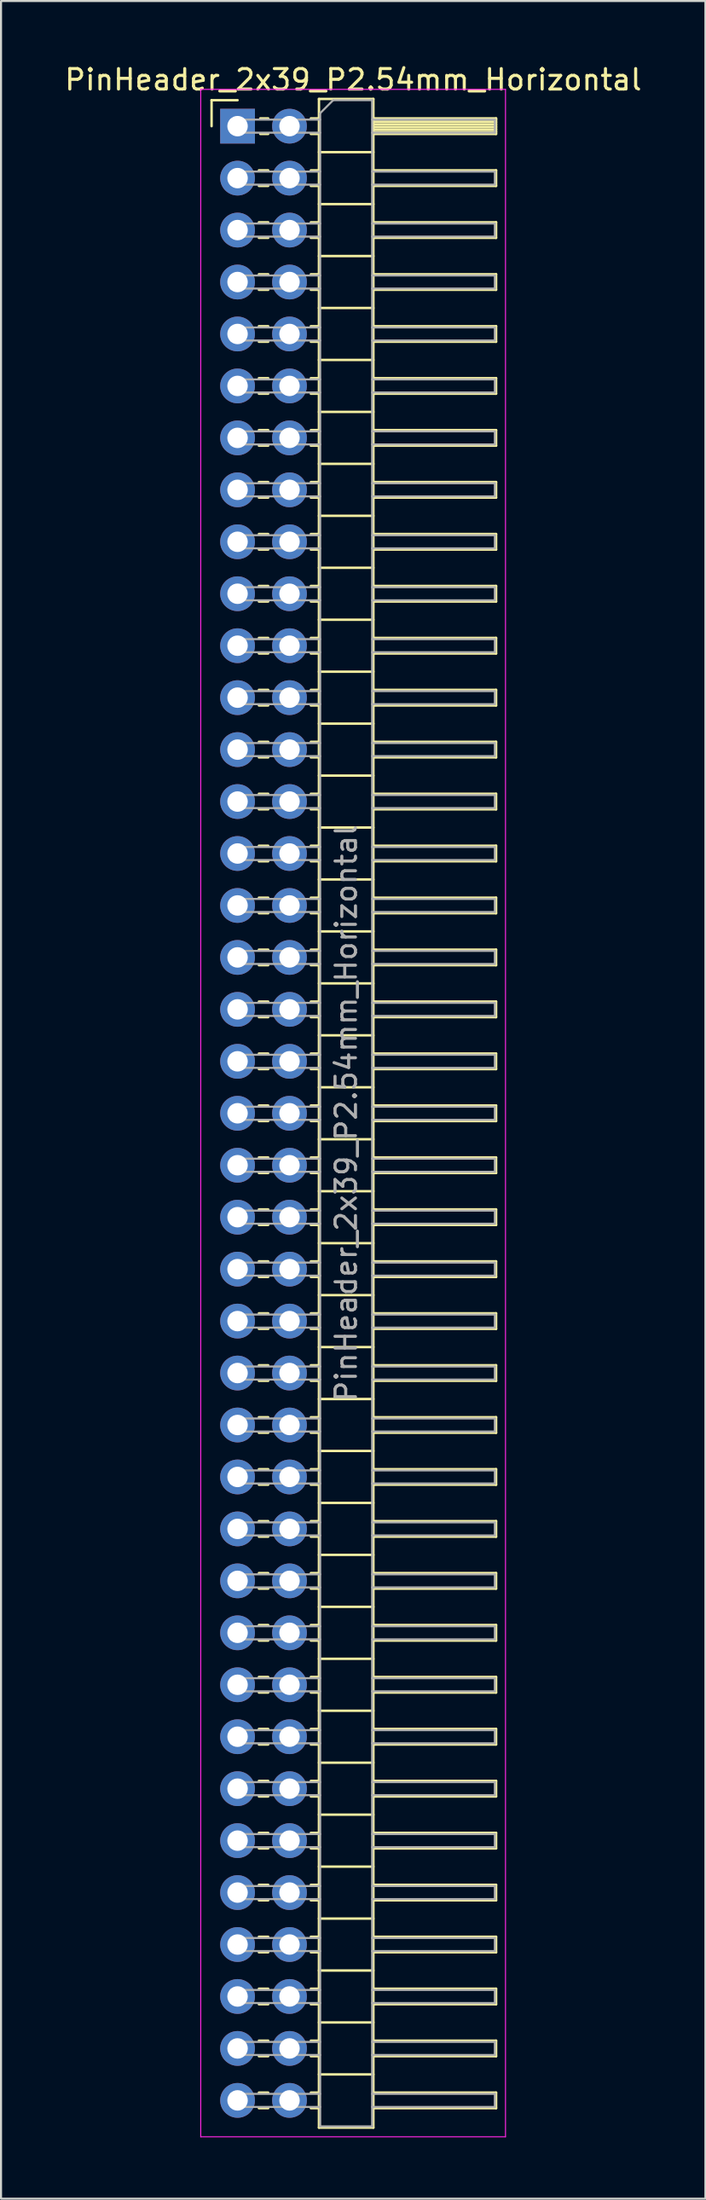
<source format=kicad_pcb>
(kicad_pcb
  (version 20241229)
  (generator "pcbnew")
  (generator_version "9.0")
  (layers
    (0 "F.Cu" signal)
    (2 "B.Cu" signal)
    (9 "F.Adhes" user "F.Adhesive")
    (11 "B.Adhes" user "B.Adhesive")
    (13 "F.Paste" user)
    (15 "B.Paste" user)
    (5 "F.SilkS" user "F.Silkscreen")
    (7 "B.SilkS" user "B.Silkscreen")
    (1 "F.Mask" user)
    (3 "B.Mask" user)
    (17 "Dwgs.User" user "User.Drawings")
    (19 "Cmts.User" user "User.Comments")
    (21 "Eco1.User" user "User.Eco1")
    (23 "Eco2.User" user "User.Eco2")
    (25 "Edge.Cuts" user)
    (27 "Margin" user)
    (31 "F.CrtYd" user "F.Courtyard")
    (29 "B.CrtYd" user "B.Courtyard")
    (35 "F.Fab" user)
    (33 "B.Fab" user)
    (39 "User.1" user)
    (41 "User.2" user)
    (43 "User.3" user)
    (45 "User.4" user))
  (footprint "PinHeader_2x39_P2.54mm_Horizontal"
    (layer "F.Cu")
    (at 8.565 3.118)
    (property "Reference" "PinHeader_2x39_P2.54mm_Horizontal" (at 5.655 -2.27 0) (layer "F.SilkS") (effects (font (size 1 1) (thickness 0.15))))
    (attr through_hole)
    (fp_line (start -1.27 -1.27) (end 0 -1.27) (stroke (width 0.12) (type solid)) (layer "F.SilkS"))
    (fp_line (start -1.27 0) (end -1.27 -1.27) (stroke (width 0.12) (type solid)) (layer "F.SilkS"))
    (fp_line (start 1.043 2.16) (end 1.497 2.16) (stroke (width 0.12) (type solid)) (layer "F.SilkS"))
    (fp_line (start 1.043 2.92) (end 1.497 2.92) (stroke (width 0.12) (type solid)) (layer "F.SilkS"))
    (fp_line (start 1.043 4.7) (end 1.497 4.7) (stroke (width 0.12) (type solid)) (layer "F.SilkS"))
    (fp_line (start 1.043 5.46) (end 1.497 5.46) (stroke (width 0.12) (type solid)) (layer "F.SilkS"))
    (fp_line (start 1.043 7.24) (end 1.497 7.24) (stroke (width 0.12) (type solid)) (layer "F.SilkS"))
    (fp_line (start 1.043 8) (end 1.497 8) (stroke (width 0.12) (type solid)) (layer "F.SilkS"))
    (fp_line (start 1.043 9.78) (end 1.497 9.78) (stroke (width 0.12) (type solid)) (layer "F.SilkS"))
    (fp_line (start 1.043 10.54) (end 1.497 10.54) (stroke (width 0.12) (type solid)) (layer "F.SilkS"))
    (fp_line (start 1.043 12.32) (end 1.497 12.32) (stroke (width 0.12) (type solid)) (layer "F.SilkS"))
    (fp_line (start 1.043 13.08) (end 1.497 13.08) (stroke (width 0.12) (type solid)) (layer "F.SilkS"))
    (fp_line (start 1.043 14.86) (end 1.497 14.86) (stroke (width 0.12) (type solid)) (layer "F.SilkS"))
    (fp_line (start 1.043 15.62) (end 1.497 15.62) (stroke (width 0.12) (type solid)) (layer "F.SilkS"))
    (fp_line (start 1.043 17.4) (end 1.497 17.4) (stroke (width 0.12) (type solid)) (layer "F.SilkS"))
    (fp_line (start 1.043 18.16) (end 1.497 18.16) (stroke (width 0.12) (type solid)) (layer "F.SilkS"))
    (fp_line (start 1.043 19.94) (end 1.497 19.94) (stroke (width 0.12) (type solid)) (layer "F.SilkS"))
    (fp_line (start 1.043 20.7) (end 1.497 20.7) (stroke (width 0.12) (type solid)) (layer "F.SilkS"))
    (fp_line (start 1.043 22.48) (end 1.497 22.48) (stroke (width 0.12) (type solid)) (layer "F.SilkS"))
    (fp_line (start 1.043 23.24) (end 1.497 23.24) (stroke (width 0.12) (type solid)) (layer "F.SilkS"))
    (fp_line (start 1.043 25.02) (end 1.497 25.02) (stroke (width 0.12) (type solid)) (layer "F.SilkS"))
    (fp_line (start 1.043 25.78) (end 1.497 25.78) (stroke (width 0.12) (type solid)) (layer "F.SilkS"))
    (fp_line (start 1.043 27.56) (end 1.497 27.56) (stroke (width 0.12) (type solid)) (layer "F.SilkS"))
    (fp_line (start 1.043 28.32) (end 1.497 28.32) (stroke (width 0.12) (type solid)) (layer "F.SilkS"))
    (fp_line (start 1.043 30.1) (end 1.497 30.1) (stroke (width 0.12) (type solid)) (layer "F.SilkS"))
    (fp_line (start 1.043 30.86) (end 1.497 30.86) (stroke (width 0.12) (type solid)) (layer "F.SilkS"))
    (fp_line (start 1.043 32.64) (end 1.497 32.64) (stroke (width 0.12) (type solid)) (layer "F.SilkS"))
    (fp_line (start 1.043 33.4) (end 1.497 33.4) (stroke (width 0.12) (type solid)) (layer "F.SilkS"))
    (fp_line (start 1.043 35.18) (end 1.497 35.18) (stroke (width 0.12) (type solid)) (layer "F.SilkS"))
    (fp_line (start 1.043 35.94) (end 1.497 35.94) (stroke (width 0.12) (type solid)) (layer "F.SilkS"))
    (fp_line (start 1.043 37.72) (end 1.497 37.72) (stroke (width 0.12) (type solid)) (layer "F.SilkS"))
    (fp_line (start 1.043 38.48) (end 1.497 38.48) (stroke (width 0.12) (type solid)) (layer "F.SilkS"))
    (fp_line (start 1.043 40.26) (end 1.497 40.26) (stroke (width 0.12) (type solid)) (layer "F.SilkS"))
    (fp_line (start 1.043 41.02) (end 1.497 41.02) (stroke (width 0.12) (type solid)) (layer "F.SilkS"))
    (fp_line (start 1.043 42.8) (end 1.497 42.8) (stroke (width 0.12) (type solid)) (layer "F.SilkS"))
    (fp_line (start 1.043 43.56) (end 1.497 43.56) (stroke (width 0.12) (type solid)) (layer "F.SilkS"))
    (fp_line (start 1.043 45.34) (end 1.497 45.34) (stroke (width 0.12) (type solid)) (layer "F.SilkS"))
    (fp_line (start 1.043 46.1) (end 1.497 46.1) (stroke (width 0.12) (type solid)) (layer "F.SilkS"))
    (fp_line (start 1.043 47.88) (end 1.497 47.88) (stroke (width 0.12) (type solid)) (layer "F.SilkS"))
    (fp_line (start 1.043 48.64) (end 1.497 48.64) (stroke (width 0.12) (type solid)) (layer "F.SilkS"))
    (fp_line (start 1.043 50.42) (end 1.497 50.42) (stroke (width 0.12) (type solid)) (layer "F.SilkS"))
    (fp_line (start 1.043 51.18) (end 1.497 51.18) (stroke (width 0.12) (type solid)) (layer "F.SilkS"))
    (fp_line (start 1.043 52.96) (end 1.497 52.96) (stroke (width 0.12) (type solid)) (layer "F.SilkS"))
    (fp_line (start 1.043 53.72) (end 1.497 53.72) (stroke (width 0.12) (type solid)) (layer "F.SilkS"))
    (fp_line (start 1.043 55.5) (end 1.497 55.5) (stroke (width 0.12) (type solid)) (layer "F.SilkS"))
    (fp_line (start 1.043 56.26) (end 1.497 56.26) (stroke (width 0.12) (type solid)) (layer "F.SilkS"))
    (fp_line (start 1.043 58.04) (end 1.497 58.04) (stroke (width 0.12) (type solid)) (layer "F.SilkS"))
    (fp_line (start 1.043 58.8) (end 1.497 58.8) (stroke (width 0.12) (type solid)) (layer "F.SilkS"))
    (fp_line (start 1.043 60.58) (end 1.497 60.58) (stroke (width 0.12) (type solid)) (layer "F.SilkS"))
    (fp_line (start 1.043 61.34) (end 1.497 61.34) (stroke (width 0.12) (type solid)) (layer "F.SilkS"))
    (fp_line (start 1.043 63.12) (end 1.497 63.12) (stroke (width 0.12) (type solid)) (layer "F.SilkS"))
    (fp_line (start 1.043 63.88) (end 1.497 63.88) (stroke (width 0.12) (type solid)) (layer "F.SilkS"))
    (fp_line (start 1.043 65.66) (end 1.497 65.66) (stroke (width 0.12) (type solid)) (layer "F.SilkS"))
    (fp_line (start 1.043 66.42) (end 1.497 66.42) (stroke (width 0.12) (type solid)) (layer "F.SilkS"))
    (fp_line (start 1.043 68.2) (end 1.497 68.2) (stroke (width 0.12) (type solid)) (layer "F.SilkS"))
    (fp_line (start 1.043 68.96) (end 1.497 68.96) (stroke (width 0.12) (type solid)) (layer "F.SilkS"))
    (fp_line (start 1.043 70.74) (end 1.497 70.74) (stroke (width 0.12) (type solid)) (layer "F.SilkS"))
    (fp_line (start 1.043 71.5) (end 1.497 71.5) (stroke (width 0.12) (type solid)) (layer "F.SilkS"))
    (fp_line (start 1.043 73.28) (end 1.497 73.28) (stroke (width 0.12) (type solid)) (layer "F.SilkS"))
    (fp_line (start 1.043 74.04) (end 1.497 74.04) (stroke (width 0.12) (type solid)) (layer "F.SilkS"))
    (fp_line (start 1.043 75.82) (end 1.497 75.82) (stroke (width 0.12) (type solid)) (layer "F.SilkS"))
    (fp_line (start 1.043 76.58) (end 1.497 76.58) (stroke (width 0.12) (type solid)) (layer "F.SilkS"))
    (fp_line (start 1.043 78.36) (end 1.497 78.36) (stroke (width 0.12) (type solid)) (layer "F.SilkS"))
    (fp_line (start 1.043 79.12) (end 1.497 79.12) (stroke (width 0.12) (type solid)) (layer "F.SilkS"))
    (fp_line (start 1.043 80.9) (end 1.497 80.9) (stroke (width 0.12) (type solid)) (layer "F.SilkS"))
    (fp_line (start 1.043 81.66) (end 1.497 81.66) (stroke (width 0.12) (type solid)) (layer "F.SilkS"))
    (fp_line (start 1.043 83.44) (end 1.497 83.44) (stroke (width 0.12) (type solid)) (layer "F.SilkS"))
    (fp_line (start 1.043 84.2) (end 1.497 84.2) (stroke (width 0.12) (type solid)) (layer "F.SilkS"))
    (fp_line (start 1.043 85.98) (end 1.497 85.98) (stroke (width 0.12) (type solid)) (layer "F.SilkS"))
    (fp_line (start 1.043 86.74) (end 1.497 86.74) (stroke (width 0.12) (type solid)) (layer "F.SilkS"))
    (fp_line (start 1.043 88.52) (end 1.497 88.52) (stroke (width 0.12) (type solid)) (layer "F.SilkS"))
    (fp_line (start 1.043 89.28) (end 1.497 89.28) (stroke (width 0.12) (type solid)) (layer "F.SilkS"))
    (fp_line (start 1.043 91.06) (end 1.497 91.06) (stroke (width 0.12) (type solid)) (layer "F.SilkS"))
    (fp_line (start 1.043 91.82) (end 1.497 91.82) (stroke (width 0.12) (type solid)) (layer "F.SilkS"))
    (fp_line (start 1.043 93.6) (end 1.497 93.6) (stroke (width 0.12) (type solid)) (layer "F.SilkS"))
    (fp_line (start 1.043 94.36) (end 1.497 94.36) (stroke (width 0.12) (type solid)) (layer "F.SilkS"))
    (fp_line (start 1.043 96.14) (end 1.497 96.14) (stroke (width 0.12) (type solid)) (layer "F.SilkS"))
    (fp_line (start 1.043 96.9) (end 1.497 96.9) (stroke (width 0.12) (type solid)) (layer "F.SilkS"))
    (fp_line (start 1.11 -0.38) (end 1.497 -0.38) (stroke (width 0.12) (type solid)) (layer "F.SilkS"))
    (fp_line (start 1.11 0.38) (end 1.497 0.38) (stroke (width 0.12) (type solid)) (layer "F.SilkS"))
    (fp_line (start 3.583 -0.38) (end 3.98 -0.38) (stroke (width 0.12) (type solid)) (layer "F.SilkS"))
    (fp_line (start 3.583 0.38) (end 3.98 0.38) (stroke (width 0.12) (type solid)) (layer "F.SilkS"))
    (fp_line (start 3.583 2.16) (end 3.98 2.16) (stroke (width 0.12) (type solid)) (layer "F.SilkS"))
    (fp_line (start 3.583 2.92) (end 3.98 2.92) (stroke (width 0.12) (type solid)) (layer "F.SilkS"))
    (fp_line (start 3.583 4.7) (end 3.98 4.7) (stroke (width 0.12) (type solid)) (layer "F.SilkS"))
    (fp_line (start 3.583 5.46) (end 3.98 5.46) (stroke (width 0.12) (type solid)) (layer "F.SilkS"))
    (fp_line (start 3.583 7.24) (end 3.98 7.24) (stroke (width 0.12) (type solid)) (layer "F.SilkS"))
    (fp_line (start 3.583 8) (end 3.98 8) (stroke (width 0.12) (type solid)) (layer "F.SilkS"))
    (fp_line (start 3.583 9.78) (end 3.98 9.78) (stroke (width 0.12) (type solid)) (layer "F.SilkS"))
    (fp_line (start 3.583 10.54) (end 3.98 10.54) (stroke (width 0.12) (type solid)) (layer "F.SilkS"))
    (fp_line (start 3.583 12.32) (end 3.98 12.32) (stroke (width 0.12) (type solid)) (layer "F.SilkS"))
    (fp_line (start 3.583 13.08) (end 3.98 13.08) (stroke (width 0.12) (type solid)) (layer "F.SilkS"))
    (fp_line (start 3.583 14.86) (end 3.98 14.86) (stroke (width 0.12) (type solid)) (layer "F.SilkS"))
    (fp_line (start 3.583 15.62) (end 3.98 15.62) (stroke (width 0.12) (type solid)) (layer "F.SilkS"))
    (fp_line (start 3.583 17.4) (end 3.98 17.4) (stroke (width 0.12) (type solid)) (layer "F.SilkS"))
    (fp_line (start 3.583 18.16) (end 3.98 18.16) (stroke (width 0.12) (type solid)) (layer "F.SilkS"))
    (fp_line (start 3.583 19.94) (end 3.98 19.94) (stroke (width 0.12) (type solid)) (layer "F.SilkS"))
    (fp_line (start 3.583 20.7) (end 3.98 20.7) (stroke (width 0.12) (type solid)) (layer "F.SilkS"))
    (fp_line (start 3.583 22.48) (end 3.98 22.48) (stroke (width 0.12) (type solid)) (layer "F.SilkS"))
    (fp_line (start 3.583 23.24) (end 3.98 23.24) (stroke (width 0.12) (type solid)) (layer "F.SilkS"))
    (fp_line (start 3.583 25.02) (end 3.98 25.02) (stroke (width 0.12) (type solid)) (layer "F.SilkS"))
    (fp_line (start 3.583 25.78) (end 3.98 25.78) (stroke (width 0.12) (type solid)) (layer "F.SilkS"))
    (fp_line (start 3.583 27.56) (end 3.98 27.56) (stroke (width 0.12) (type solid)) (layer "F.SilkS"))
    (fp_line (start 3.583 28.32) (end 3.98 28.32) (stroke (width 0.12) (type solid)) (layer "F.SilkS"))
    (fp_line (start 3.583 30.1) (end 3.98 30.1) (stroke (width 0.12) (type solid)) (layer "F.SilkS"))
    (fp_line (start 3.583 30.86) (end 3.98 30.86) (stroke (width 0.12) (type solid)) (layer "F.SilkS"))
    (fp_line (start 3.583 32.64) (end 3.98 32.64) (stroke (width 0.12) (type solid)) (layer "F.SilkS"))
    (fp_line (start 3.583 33.4) (end 3.98 33.4) (stroke (width 0.12) (type solid)) (layer "F.SilkS"))
    (fp_line (start 3.583 35.18) (end 3.98 35.18) (stroke (width 0.12) (type solid)) (layer "F.SilkS"))
    (fp_line (start 3.583 35.94) (end 3.98 35.94) (stroke (width 0.12) (type solid)) (layer "F.SilkS"))
    (fp_line (start 3.583 37.72) (end 3.98 37.72) (stroke (width 0.12) (type solid)) (layer "F.SilkS"))
    (fp_line (start 3.583 38.48) (end 3.98 38.48) (stroke (width 0.12) (type solid)) (layer "F.SilkS"))
    (fp_line (start 3.583 40.26) (end 3.98 40.26) (stroke (width 0.12) (type solid)) (layer "F.SilkS"))
    (fp_line (start 3.583 41.02) (end 3.98 41.02) (stroke (width 0.12) (type solid)) (layer "F.SilkS"))
    (fp_line (start 3.583 42.8) (end 3.98 42.8) (stroke (width 0.12) (type solid)) (layer "F.SilkS"))
    (fp_line (start 3.583 43.56) (end 3.98 43.56) (stroke (width 0.12) (type solid)) (layer "F.SilkS"))
    (fp_line (start 3.583 45.34) (end 3.98 45.34) (stroke (width 0.12) (type solid)) (layer "F.SilkS"))
    (fp_line (start 3.583 46.1) (end 3.98 46.1) (stroke (width 0.12) (type solid)) (layer "F.SilkS"))
    (fp_line (start 3.583 47.88) (end 3.98 47.88) (stroke (width 0.12) (type solid)) (layer "F.SilkS"))
    (fp_line (start 3.583 48.64) (end 3.98 48.64) (stroke (width 0.12) (type solid)) (layer "F.SilkS"))
    (fp_line (start 3.583 50.42) (end 3.98 50.42) (stroke (width 0.12) (type solid)) (layer "F.SilkS"))
    (fp_line (start 3.583 51.18) (end 3.98 51.18) (stroke (width 0.12) (type solid)) (layer "F.SilkS"))
    (fp_line (start 3.583 52.96) (end 3.98 52.96) (stroke (width 0.12) (type solid)) (layer "F.SilkS"))
    (fp_line (start 3.583 53.72) (end 3.98 53.72) (stroke (width 0.12) (type solid)) (layer "F.SilkS"))
    (fp_line (start 3.583 55.5) (end 3.98 55.5) (stroke (width 0.12) (type solid)) (layer "F.SilkS"))
    (fp_line (start 3.583 56.26) (end 3.98 56.26) (stroke (width 0.12) (type solid)) (layer "F.SilkS"))
    (fp_line (start 3.583 58.04) (end 3.98 58.04) (stroke (width 0.12) (type solid)) (layer "F.SilkS"))
    (fp_line (start 3.583 58.8) (end 3.98 58.8) (stroke (width 0.12) (type solid)) (layer "F.SilkS"))
    (fp_line (start 3.583 60.58) (end 3.98 60.58) (stroke (width 0.12) (type solid)) (layer "F.SilkS"))
    (fp_line (start 3.583 61.34) (end 3.98 61.34) (stroke (width 0.12) (type solid)) (layer "F.SilkS"))
    (fp_line (start 3.583 63.12) (end 3.98 63.12) (stroke (width 0.12) (type solid)) (layer "F.SilkS"))
    (fp_line (start 3.583 63.88) (end 3.98 63.88) (stroke (width 0.12) (type solid)) (layer "F.SilkS"))
    (fp_line (start 3.583 65.66) (end 3.98 65.66) (stroke (width 0.12) (type solid)) (layer "F.SilkS"))
    (fp_line (start 3.583 66.42) (end 3.98 66.42) (stroke (width 0.12) (type solid)) (layer "F.SilkS"))
    (fp_line (start 3.583 68.2) (end 3.98 68.2) (stroke (width 0.12) (type solid)) (layer "F.SilkS"))
    (fp_line (start 3.583 68.96) (end 3.98 68.96) (stroke (width 0.12) (type solid)) (layer "F.SilkS"))
    (fp_line (start 3.583 70.74) (end 3.98 70.74) (stroke (width 0.12) (type solid)) (layer "F.SilkS"))
    (fp_line (start 3.583 71.5) (end 3.98 71.5) (stroke (width 0.12) (type solid)) (layer "F.SilkS"))
    (fp_line (start 3.583 73.28) (end 3.98 73.28) (stroke (width 0.12) (type solid)) (layer "F.SilkS"))
    (fp_line (start 3.583 74.04) (end 3.98 74.04) (stroke (width 0.12) (type solid)) (layer "F.SilkS"))
    (fp_line (start 3.583 75.82) (end 3.98 75.82) (stroke (width 0.12) (type solid)) (layer "F.SilkS"))
    (fp_line (start 3.583 76.58) (end 3.98 76.58) (stroke (width 0.12) (type solid)) (layer "F.SilkS"))
    (fp_line (start 3.583 78.36) (end 3.98 78.36) (stroke (width 0.12) (type solid)) (layer "F.SilkS"))
    (fp_line (start 3.583 79.12) (end 3.98 79.12) (stroke (width 0.12) (type solid)) (layer "F.SilkS"))
    (fp_line (start 3.583 80.9) (end 3.98 80.9) (stroke (width 0.12) (type solid)) (layer "F.SilkS"))
    (fp_line (start 3.583 81.66) (end 3.98 81.66) (stroke (width 0.12) (type solid)) (layer "F.SilkS"))
    (fp_line (start 3.583 83.44) (end 3.98 83.44) (stroke (width 0.12) (type solid)) (layer "F.SilkS"))
    (fp_line (start 3.583 84.2) (end 3.98 84.2) (stroke (width 0.12) (type solid)) (layer "F.SilkS"))
    (fp_line (start 3.583 85.98) (end 3.98 85.98) (stroke (width 0.12) (type solid)) (layer "F.SilkS"))
    (fp_line (start 3.583 86.74) (end 3.98 86.74) (stroke (width 0.12) (type solid)) (layer "F.SilkS"))
    (fp_line (start 3.583 88.52) (end 3.98 88.52) (stroke (width 0.12) (type solid)) (layer "F.SilkS"))
    (fp_line (start 3.583 89.28) (end 3.98 89.28) (stroke (width 0.12) (type solid)) (layer "F.SilkS"))
    (fp_line (start 3.583 91.06) (end 3.98 91.06) (stroke (width 0.12) (type solid)) (layer "F.SilkS"))
    (fp_line (start 3.583 91.82) (end 3.98 91.82) (stroke (width 0.12) (type solid)) (layer "F.SilkS"))
    (fp_line (start 3.583 93.6) (end 3.98 93.6) (stroke (width 0.12) (type solid)) (layer "F.SilkS"))
    (fp_line (start 3.583 94.36) (end 3.98 94.36) (stroke (width 0.12) (type solid)) (layer "F.SilkS"))
    (fp_line (start 3.583 96.14) (end 3.98 96.14) (stroke (width 0.12) (type solid)) (layer "F.SilkS"))
    (fp_line (start 3.583 96.9) (end 3.98 96.9) (stroke (width 0.12) (type solid)) (layer "F.SilkS"))
    (fp_line (start 3.98 -1.33) (end 3.98 97.85) (stroke (width 0.12) (type solid)) (layer "F.SilkS"))
    (fp_line (start 3.98 1.27) (end 6.64 1.27) (stroke (width 0.12) (type solid)) (layer "F.SilkS"))
    (fp_line (start 3.98 3.81) (end 6.64 3.81) (stroke (width 0.12) (type solid)) (layer "F.SilkS"))
    (fp_line (start 3.98 6.35) (end 6.64 6.35) (stroke (width 0.12) (type solid)) (layer "F.SilkS"))
    (fp_line (start 3.98 8.89) (end 6.64 8.89) (stroke (width 0.12) (type solid)) (layer "F.SilkS"))
    (fp_line (start 3.98 11.43) (end 6.64 11.43) (stroke (width 0.12) (type solid)) (layer "F.SilkS"))
    (fp_line (start 3.98 13.97) (end 6.64 13.97) (stroke (width 0.12) (type solid)) (layer "F.SilkS"))
    (fp_line (start 3.98 16.51) (end 6.64 16.51) (stroke (width 0.12) (type solid)) (layer "F.SilkS"))
    (fp_line (start 3.98 19.05) (end 6.64 19.05) (stroke (width 0.12) (type solid)) (layer "F.SilkS"))
    (fp_line (start 3.98 21.59) (end 6.64 21.59) (stroke (width 0.12) (type solid)) (layer "F.SilkS"))
    (fp_line (start 3.98 24.13) (end 6.64 24.13) (stroke (width 0.12) (type solid)) (layer "F.SilkS"))
    (fp_line (start 3.98 26.67) (end 6.64 26.67) (stroke (width 0.12) (type solid)) (layer "F.SilkS"))
    (fp_line (start 3.98 29.21) (end 6.64 29.21) (stroke (width 0.12) (type solid)) (layer "F.SilkS"))
    (fp_line (start 3.98 31.75) (end 6.64 31.75) (stroke (width 0.12) (type solid)) (layer "F.SilkS"))
    (fp_line (start 3.98 34.29) (end 6.64 34.29) (stroke (width 0.12) (type solid)) (layer "F.SilkS"))
    (fp_line (start 3.98 36.83) (end 6.64 36.83) (stroke (width 0.12) (type solid)) (layer "F.SilkS"))
    (fp_line (start 3.98 39.37) (end 6.64 39.37) (stroke (width 0.12) (type solid)) (layer "F.SilkS"))
    (fp_line (start 3.98 41.91) (end 6.64 41.91) (stroke (width 0.12) (type solid)) (layer "F.SilkS"))
    (fp_line (start 3.98 44.45) (end 6.64 44.45) (stroke (width 0.12) (type solid)) (layer "F.SilkS"))
    (fp_line (start 3.98 46.99) (end 6.64 46.99) (stroke (width 0.12) (type solid)) (layer "F.SilkS"))
    (fp_line (start 3.98 49.53) (end 6.64 49.53) (stroke (width 0.12) (type solid)) (layer "F.SilkS"))
    (fp_line (start 3.98 52.07) (end 6.64 52.07) (stroke (width 0.12) (type solid)) (layer "F.SilkS"))
    (fp_line (start 3.98 54.61) (end 6.64 54.61) (stroke (width 0.12) (type solid)) (layer "F.SilkS"))
    (fp_line (start 3.98 57.15) (end 6.64 57.15) (stroke (width 0.12) (type solid)) (layer "F.SilkS"))
    (fp_line (start 3.98 59.69) (end 6.64 59.69) (stroke (width 0.12) (type solid)) (layer "F.SilkS"))
    (fp_line (start 3.98 62.23) (end 6.64 62.23) (stroke (width 0.12) (type solid)) (layer "F.SilkS"))
    (fp_line (start 3.98 64.77) (end 6.64 64.77) (stroke (width 0.12) (type solid)) (layer "F.SilkS"))
    (fp_line (start 3.98 67.31) (end 6.64 67.31) (stroke (width 0.12) (type solid)) (layer "F.SilkS"))
    (fp_line (start 3.98 69.85) (end 6.64 69.85) (stroke (width 0.12) (type solid)) (layer "F.SilkS"))
    (fp_line (start 3.98 72.39) (end 6.64 72.39) (stroke (width 0.12) (type solid)) (layer "F.SilkS"))
    (fp_line (start 3.98 74.93) (end 6.64 74.93) (stroke (width 0.12) (type solid)) (layer "F.SilkS"))
    (fp_line (start 3.98 77.47) (end 6.64 77.47) (stroke (width 0.12) (type solid)) (layer "F.SilkS"))
    (fp_line (start 3.98 80.01) (end 6.64 80.01) (stroke (width 0.12) (type solid)) (layer "F.SilkS"))
    (fp_line (start 3.98 82.55) (end 6.64 82.55) (stroke (width 0.12) (type solid)) (layer "F.SilkS"))
    (fp_line (start 3.98 85.09) (end 6.64 85.09) (stroke (width 0.12) (type solid)) (layer "F.SilkS"))
    (fp_line (start 3.98 87.63) (end 6.64 87.63) (stroke (width 0.12) (type solid)) (layer "F.SilkS"))
    (fp_line (start 3.98 90.17) (end 6.64 90.17) (stroke (width 0.12) (type solid)) (layer "F.SilkS"))
    (fp_line (start 3.98 92.71) (end 6.64 92.71) (stroke (width 0.12) (type solid)) (layer "F.SilkS"))
    (fp_line (start 3.98 95.25) (end 6.64 95.25) (stroke (width 0.12) (type solid)) (layer "F.SilkS"))
    (fp_line (start 3.98 97.85) (end 6.64 97.85) (stroke (width 0.12) (type solid)) (layer "F.SilkS"))
    (fp_line (start 6.64 -1.33) (end 3.98 -1.33) (stroke (width 0.12) (type solid)) (layer "F.SilkS"))
    (fp_line (start 6.64 -0.38) (end 12.64 -0.38) (stroke (width 0.12) (type solid)) (layer "F.SilkS"))
    (fp_line (start 6.64 -0.32) (end 12.64 -0.32) (stroke (width 0.12) (type solid)) (layer "F.SilkS"))
    (fp_line (start 6.64 -0.2) (end 12.64 -0.2) (stroke (width 0.12) (type solid)) (layer "F.SilkS"))
    (fp_line (start 6.64 -0.08) (end 12.64 -0.08) (stroke (width 0.12) (type solid)) (layer "F.SilkS"))
    (fp_line (start 6.64 0.04) (end 12.64 0.04) (stroke (width 0.12) (type solid)) (layer "F.SilkS"))
    (fp_line (start 6.64 0.16) (end 12.64 0.16) (stroke (width 0.12) (type solid)) (layer "F.SilkS"))
    (fp_line (start 6.64 0.28) (end 12.64 0.28) (stroke (width 0.12) (type solid)) (layer "F.SilkS"))
    (fp_line (start 6.64 2.16) (end 12.64 2.16) (stroke (width 0.12) (type solid)) (layer "F.SilkS"))
    (fp_line (start 6.64 4.7) (end 12.64 4.7) (stroke (width 0.12) (type solid)) (layer "F.SilkS"))
    (fp_line (start 6.64 7.24) (end 12.64 7.24) (stroke (width 0.12) (type solid)) (layer "F.SilkS"))
    (fp_line (start 6.64 9.78) (end 12.64 9.78) (stroke (width 0.12) (type solid)) (layer "F.SilkS"))
    (fp_line (start 6.64 12.32) (end 12.64 12.32) (stroke (width 0.12) (type solid)) (layer "F.SilkS"))
    (fp_line (start 6.64 14.86) (end 12.64 14.86) (stroke (width 0.12) (type solid)) (layer "F.SilkS"))
    (fp_line (start 6.64 17.4) (end 12.64 17.4) (stroke (width 0.12) (type solid)) (layer "F.SilkS"))
    (fp_line (start 6.64 19.94) (end 12.64 19.94) (stroke (width 0.12) (type solid)) (layer "F.SilkS"))
    (fp_line (start 6.64 22.48) (end 12.64 22.48) (stroke (width 0.12) (type solid)) (layer "F.SilkS"))
    (fp_line (start 6.64 25.02) (end 12.64 25.02) (stroke (width 0.12) (type solid)) (layer "F.SilkS"))
    (fp_line (start 6.64 27.56) (end 12.64 27.56) (stroke (width 0.12) (type solid)) (layer "F.SilkS"))
    (fp_line (start 6.64 30.1) (end 12.64 30.1) (stroke (width 0.12) (type solid)) (layer "F.SilkS"))
    (fp_line (start 6.64 32.64) (end 12.64 32.64) (stroke (width 0.12) (type solid)) (layer "F.SilkS"))
    (fp_line (start 6.64 35.18) (end 12.64 35.18) (stroke (width 0.12) (type solid)) (layer "F.SilkS"))
    (fp_line (start 6.64 37.72) (end 12.64 37.72) (stroke (width 0.12) (type solid)) (layer "F.SilkS"))
    (fp_line (start 6.64 40.26) (end 12.64 40.26) (stroke (width 0.12) (type solid)) (layer "F.SilkS"))
    (fp_line (start 6.64 42.8) (end 12.64 42.8) (stroke (width 0.12) (type solid)) (layer "F.SilkS"))
    (fp_line (start 6.64 45.34) (end 12.64 45.34) (stroke (width 0.12) (type solid)) (layer "F.SilkS"))
    (fp_line (start 6.64 47.88) (end 12.64 47.88) (stroke (width 0.12) (type solid)) (layer "F.SilkS"))
    (fp_line (start 6.64 50.42) (end 12.64 50.42) (stroke (width 0.12) (type solid)) (layer "F.SilkS"))
    (fp_line (start 6.64 52.96) (end 12.64 52.96) (stroke (width 0.12) (type solid)) (layer "F.SilkS"))
    (fp_line (start 6.64 55.5) (end 12.64 55.5) (stroke (width 0.12) (type solid)) (layer "F.SilkS"))
    (fp_line (start 6.64 58.04) (end 12.64 58.04) (stroke (width 0.12) (type solid)) (layer "F.SilkS"))
    (fp_line (start 6.64 60.58) (end 12.64 60.58) (stroke (width 0.12) (type solid)) (layer "F.SilkS"))
    (fp_line (start 6.64 63.12) (end 12.64 63.12) (stroke (width 0.12) (type solid)) (layer "F.SilkS"))
    (fp_line (start 6.64 65.66) (end 12.64 65.66) (stroke (width 0.12) (type solid)) (layer "F.SilkS"))
    (fp_line (start 6.64 68.2) (end 12.64 68.2) (stroke (width 0.12) (type solid)) (layer "F.SilkS"))
    (fp_line (start 6.64 70.74) (end 12.64 70.74) (stroke (width 0.12) (type solid)) (layer "F.SilkS"))
    (fp_line (start 6.64 73.28) (end 12.64 73.28) (stroke (width 0.12) (type solid)) (layer "F.SilkS"))
    (fp_line (start 6.64 75.82) (end 12.64 75.82) (stroke (width 0.12) (type solid)) (layer "F.SilkS"))
    (fp_line (start 6.64 78.36) (end 12.64 78.36) (stroke (width 0.12) (type solid)) (layer "F.SilkS"))
    (fp_line (start 6.64 80.9) (end 12.64 80.9) (stroke (width 0.12) (type solid)) (layer "F.SilkS"))
    (fp_line (start 6.64 83.44) (end 12.64 83.44) (stroke (width 0.12) (type solid)) (layer "F.SilkS"))
    (fp_line (start 6.64 85.98) (end 12.64 85.98) (stroke (width 0.12) (type solid)) (layer "F.SilkS"))
    (fp_line (start 6.64 88.52) (end 12.64 88.52) (stroke (width 0.12) (type solid)) (layer "F.SilkS"))
    (fp_line (start 6.64 91.06) (end 12.64 91.06) (stroke (width 0.12) (type solid)) (layer "F.SilkS"))
    (fp_line (start 6.64 93.6) (end 12.64 93.6) (stroke (width 0.12) (type solid)) (layer "F.SilkS"))
    (fp_line (start 6.64 96.14) (end 12.64 96.14) (stroke (width 0.12) (type solid)) (layer "F.SilkS"))
    (fp_line (start 6.64 97.85) (end 6.64 -1.33) (stroke (width 0.12) (type solid)) (layer "F.SilkS"))
    (fp_line (start 12.64 -0.38) (end 12.64 0.38) (stroke (width 0.12) (type solid)) (layer "F.SilkS"))
    (fp_line (start 12.64 0.38) (end 6.64 0.38) (stroke (width 0.12) (type solid)) (layer "F.SilkS"))
    (fp_line (start 12.64 2.16) (end 12.64 2.92) (stroke (width 0.12) (type solid)) (layer "F.SilkS"))
    (fp_line (start 12.64 2.92) (end 6.64 2.92) (stroke (width 0.12) (type solid)) (layer "F.SilkS"))
    (fp_line (start 12.64 4.7) (end 12.64 5.46) (stroke (width 0.12) (type solid)) (layer "F.SilkS"))
    (fp_line (start 12.64 5.46) (end 6.64 5.46) (stroke (width 0.12) (type solid)) (layer "F.SilkS"))
    (fp_line (start 12.64 7.24) (end 12.64 8) (stroke (width 0.12) (type solid)) (layer "F.SilkS"))
    (fp_line (start 12.64 8) (end 6.64 8) (stroke (width 0.12) (type solid)) (layer "F.SilkS"))
    (fp_line (start 12.64 9.78) (end 12.64 10.54) (stroke (width 0.12) (type solid)) (layer "F.SilkS"))
    (fp_line (start 12.64 10.54) (end 6.64 10.54) (stroke (width 0.12) (type solid)) (layer "F.SilkS"))
    (fp_line (start 12.64 12.32) (end 12.64 13.08) (stroke (width 0.12) (type solid)) (layer "F.SilkS"))
    (fp_line (start 12.64 13.08) (end 6.64 13.08) (stroke (width 0.12) (type solid)) (layer "F.SilkS"))
    (fp_line (start 12.64 14.86) (end 12.64 15.62) (stroke (width 0.12) (type solid)) (layer "F.SilkS"))
    (fp_line (start 12.64 15.62) (end 6.64 15.62) (stroke (width 0.12) (type solid)) (layer "F.SilkS"))
    (fp_line (start 12.64 17.4) (end 12.64 18.16) (stroke (width 0.12) (type solid)) (layer "F.SilkS"))
    (fp_line (start 12.64 18.16) (end 6.64 18.16) (stroke (width 0.12) (type solid)) (layer "F.SilkS"))
    (fp_line (start 12.64 19.94) (end 12.64 20.7) (stroke (width 0.12) (type solid)) (layer "F.SilkS"))
    (fp_line (start 12.64 20.7) (end 6.64 20.7) (stroke (width 0.12) (type solid)) (layer "F.SilkS"))
    (fp_line (start 12.64 22.48) (end 12.64 23.24) (stroke (width 0.12) (type solid)) (layer "F.SilkS"))
    (fp_line (start 12.64 23.24) (end 6.64 23.24) (stroke (width 0.12) (type solid)) (layer "F.SilkS"))
    (fp_line (start 12.64 25.02) (end 12.64 25.78) (stroke (width 0.12) (type solid)) (layer "F.SilkS"))
    (fp_line (start 12.64 25.78) (end 6.64 25.78) (stroke (width 0.12) (type solid)) (layer "F.SilkS"))
    (fp_line (start 12.64 27.56) (end 12.64 28.32) (stroke (width 0.12) (type solid)) (layer "F.SilkS"))
    (fp_line (start 12.64 28.32) (end 6.64 28.32) (stroke (width 0.12) (type solid)) (layer "F.SilkS"))
    (fp_line (start 12.64 30.1) (end 12.64 30.86) (stroke (width 0.12) (type solid)) (layer "F.SilkS"))
    (fp_line (start 12.64 30.86) (end 6.64 30.86) (stroke (width 0.12) (type solid)) (layer "F.SilkS"))
    (fp_line (start 12.64 32.64) (end 12.64 33.4) (stroke (width 0.12) (type solid)) (layer "F.SilkS"))
    (fp_line (start 12.64 33.4) (end 6.64 33.4) (stroke (width 0.12) (type solid)) (layer "F.SilkS"))
    (fp_line (start 12.64 35.18) (end 12.64 35.94) (stroke (width 0.12) (type solid)) (layer "F.SilkS"))
    (fp_line (start 12.64 35.94) (end 6.64 35.94) (stroke (width 0.12) (type solid)) (layer "F.SilkS"))
    (fp_line (start 12.64 37.72) (end 12.64 38.48) (stroke (width 0.12) (type solid)) (layer "F.SilkS"))
    (fp_line (start 12.64 38.48) (end 6.64 38.48) (stroke (width 0.12) (type solid)) (layer "F.SilkS"))
    (fp_line (start 12.64 40.26) (end 12.64 41.02) (stroke (width 0.12) (type solid)) (layer "F.SilkS"))
    (fp_line (start 12.64 41.02) (end 6.64 41.02) (stroke (width 0.12) (type solid)) (layer "F.SilkS"))
    (fp_line (start 12.64 42.8) (end 12.64 43.56) (stroke (width 0.12) (type solid)) (layer "F.SilkS"))
    (fp_line (start 12.64 43.56) (end 6.64 43.56) (stroke (width 0.12) (type solid)) (layer "F.SilkS"))
    (fp_line (start 12.64 45.34) (end 12.64 46.1) (stroke (width 0.12) (type solid)) (layer "F.SilkS"))
    (fp_line (start 12.64 46.1) (end 6.64 46.1) (stroke (width 0.12) (type solid)) (layer "F.SilkS"))
    (fp_line (start 12.64 47.88) (end 12.64 48.64) (stroke (width 0.12) (type solid)) (layer "F.SilkS"))
    (fp_line (start 12.64 48.64) (end 6.64 48.64) (stroke (width 0.12) (type solid)) (layer "F.SilkS"))
    (fp_line (start 12.64 50.42) (end 12.64 51.18) (stroke (width 0.12) (type solid)) (layer "F.SilkS"))
    (fp_line (start 12.64 51.18) (end 6.64 51.18) (stroke (width 0.12) (type solid)) (layer "F.SilkS"))
    (fp_line (start 12.64 52.96) (end 12.64 53.72) (stroke (width 0.12) (type solid)) (layer "F.SilkS"))
    (fp_line (start 12.64 53.72) (end 6.64 53.72) (stroke (width 0.12) (type solid)) (layer "F.SilkS"))
    (fp_line (start 12.64 55.5) (end 12.64 56.26) (stroke (width 0.12) (type solid)) (layer "F.SilkS"))
    (fp_line (start 12.64 56.26) (end 6.64 56.26) (stroke (width 0.12) (type solid)) (layer "F.SilkS"))
    (fp_line (start 12.64 58.04) (end 12.64 58.8) (stroke (width 0.12) (type solid)) (layer "F.SilkS"))
    (fp_line (start 12.64 58.8) (end 6.64 58.8) (stroke (width 0.12) (type solid)) (layer "F.SilkS"))
    (fp_line (start 12.64 60.58) (end 12.64 61.34) (stroke (width 0.12) (type solid)) (layer "F.SilkS"))
    (fp_line (start 12.64 61.34) (end 6.64 61.34) (stroke (width 0.12) (type solid)) (layer "F.SilkS"))
    (fp_line (start 12.64 63.12) (end 12.64 63.88) (stroke (width 0.12) (type solid)) (layer "F.SilkS"))
    (fp_line (start 12.64 63.88) (end 6.64 63.88) (stroke (width 0.12) (type solid)) (layer "F.SilkS"))
    (fp_line (start 12.64 65.66) (end 12.64 66.42) (stroke (width 0.12) (type solid)) (layer "F.SilkS"))
    (fp_line (start 12.64 66.42) (end 6.64 66.42) (stroke (width 0.12) (type solid)) (layer "F.SilkS"))
    (fp_line (start 12.64 68.2) (end 12.64 68.96) (stroke (width 0.12) (type solid)) (layer "F.SilkS"))
    (fp_line (start 12.64 68.96) (end 6.64 68.96) (stroke (width 0.12) (type solid)) (layer "F.SilkS"))
    (fp_line (start 12.64 70.74) (end 12.64 71.5) (stroke (width 0.12) (type solid)) (layer "F.SilkS"))
    (fp_line (start 12.64 71.5) (end 6.64 71.5) (stroke (width 0.12) (type solid)) (layer "F.SilkS"))
    (fp_line (start 12.64 73.28) (end 12.64 74.04) (stroke (width 0.12) (type solid)) (layer "F.SilkS"))
    (fp_line (start 12.64 74.04) (end 6.64 74.04) (stroke (width 0.12) (type solid)) (layer "F.SilkS"))
    (fp_line (start 12.64 75.82) (end 12.64 76.58) (stroke (width 0.12) (type solid)) (layer "F.SilkS"))
    (fp_line (start 12.64 76.58) (end 6.64 76.58) (stroke (width 0.12) (type solid)) (layer "F.SilkS"))
    (fp_line (start 12.64 78.36) (end 12.64 79.12) (stroke (width 0.12) (type solid)) (layer "F.SilkS"))
    (fp_line (start 12.64 79.12) (end 6.64 79.12) (stroke (width 0.12) (type solid)) (layer "F.SilkS"))
    (fp_line (start 12.64 80.9) (end 12.64 81.66) (stroke (width 0.12) (type solid)) (layer "F.SilkS"))
    (fp_line (start 12.64 81.66) (end 6.64 81.66) (stroke (width 0.12) (type solid)) (layer "F.SilkS"))
    (fp_line (start 12.64 83.44) (end 12.64 84.2) (stroke (width 0.12) (type solid)) (layer "F.SilkS"))
    (fp_line (start 12.64 84.2) (end 6.64 84.2) (stroke (width 0.12) (type solid)) (layer "F.SilkS"))
    (fp_line (start 12.64 85.98) (end 12.64 86.74) (stroke (width 0.12) (type solid)) (layer "F.SilkS"))
    (fp_line (start 12.64 86.74) (end 6.64 86.74) (stroke (width 0.12) (type solid)) (layer "F.SilkS"))
    (fp_line (start 12.64 88.52) (end 12.64 89.28) (stroke (width 0.12) (type solid)) (layer "F.SilkS"))
    (fp_line (start 12.64 89.28) (end 6.64 89.28) (stroke (width 0.12) (type solid)) (layer "F.SilkS"))
    (fp_line (start 12.64 91.06) (end 12.64 91.82) (stroke (width 0.12) (type solid)) (layer "F.SilkS"))
    (fp_line (start 12.64 91.82) (end 6.64 91.82) (stroke (width 0.12) (type solid)) (layer "F.SilkS"))
    (fp_line (start 12.64 93.6) (end 12.64 94.36) (stroke (width 0.12) (type solid)) (layer "F.SilkS"))
    (fp_line (start 12.64 94.36) (end 6.64 94.36) (stroke (width 0.12) (type solid)) (layer "F.SilkS"))
    (fp_line (start 12.64 96.14) (end 12.64 96.9) (stroke (width 0.12) (type solid)) (layer "F.SilkS"))
    (fp_line (start 12.64 96.9) (end 6.64 96.9) (stroke (width 0.12) (type solid)) (layer "F.SilkS"))
    (fp_line (start -1.8 -1.8) (end -1.8 98.3) (stroke (width 0.05) (type solid)) (layer "F.CrtYd"))
    (fp_line (start -1.8 98.3) (end 13.1 98.3) (stroke (width 0.05) (type solid)) (layer "F.CrtYd"))
    (fp_line (start 13.1 -1.8) (end -1.8 -1.8) (stroke (width 0.05) (type solid)) (layer "F.CrtYd"))
    (fp_line (start 13.1 98.3) (end 13.1 -1.8) (stroke (width 0.05) (type solid)) (layer "F.CrtYd"))
    (fp_line (start -0.32 -0.32) (end -0.32 0.32) (stroke (width 0.1) (type solid)) (layer "F.Fab"))
    (fp_line (start -0.32 -0.32) (end 4.04 -0.32) (stroke (width 0.1) (type solid)) (layer "F.Fab"))
    (fp_line (start -0.32 0.32) (end 4.04 0.32) (stroke (width 0.1) (type solid)) (layer "F.Fab"))
    (fp_line (start -0.32 2.22) (end -0.32 2.86) (stroke (width 0.1) (type solid)) (layer "F.Fab"))
    (fp_line (start -0.32 2.22) (end 4.04 2.22) (stroke (width 0.1) (type solid)) (layer "F.Fab"))
    (fp_line (start -0.32 2.86) (end 4.04 2.86) (stroke (width 0.1) (type solid)) (layer "F.Fab"))
    (fp_line (start -0.32 4.76) (end -0.32 5.4) (stroke (width 0.1) (type solid)) (layer "F.Fab"))
    (fp_line (start -0.32 4.76) (end 4.04 4.76) (stroke (width 0.1) (type solid)) (layer "F.Fab"))
    (fp_line (start -0.32 5.4) (end 4.04 5.4) (stroke (width 0.1) (type solid)) (layer "F.Fab"))
    (fp_line (start -0.32 7.3) (end -0.32 7.94) (stroke (width 0.1) (type solid)) (layer "F.Fab"))
    (fp_line (start -0.32 7.3) (end 4.04 7.3) (stroke (width 0.1) (type solid)) (layer "F.Fab"))
    (fp_line (start -0.32 7.94) (end 4.04 7.94) (stroke (width 0.1) (type solid)) (layer "F.Fab"))
    (fp_line (start -0.32 9.84) (end -0.32 10.48) (stroke (width 0.1) (type solid)) (layer "F.Fab"))
    (fp_line (start -0.32 9.84) (end 4.04 9.84) (stroke (width 0.1) (type solid)) (layer "F.Fab"))
    (fp_line (start -0.32 10.48) (end 4.04 10.48) (stroke (width 0.1) (type solid)) (layer "F.Fab"))
    (fp_line (start -0.32 12.38) (end -0.32 13.02) (stroke (width 0.1) (type solid)) (layer "F.Fab"))
    (fp_line (start -0.32 12.38) (end 4.04 12.38) (stroke (width 0.1) (type solid)) (layer "F.Fab"))
    (fp_line (start -0.32 13.02) (end 4.04 13.02) (stroke (width 0.1) (type solid)) (layer "F.Fab"))
    (fp_line (start -0.32 14.92) (end -0.32 15.56) (stroke (width 0.1) (type solid)) (layer "F.Fab"))
    (fp_line (start -0.32 14.92) (end 4.04 14.92) (stroke (width 0.1) (type solid)) (layer "F.Fab"))
    (fp_line (start -0.32 15.56) (end 4.04 15.56) (stroke (width 0.1) (type solid)) (layer "F.Fab"))
    (fp_line (start -0.32 17.46) (end -0.32 18.1) (stroke (width 0.1) (type solid)) (layer "F.Fab"))
    (fp_line (start -0.32 17.46) (end 4.04 17.46) (stroke (width 0.1) (type solid)) (layer "F.Fab"))
    (fp_line (start -0.32 18.1) (end 4.04 18.1) (stroke (width 0.1) (type solid)) (layer "F.Fab"))
    (fp_line (start -0.32 20) (end -0.32 20.64) (stroke (width 0.1) (type solid)) (layer "F.Fab"))
    (fp_line (start -0.32 20) (end 4.04 20) (stroke (width 0.1) (type solid)) (layer "F.Fab"))
    (fp_line (start -0.32 20.64) (end 4.04 20.64) (stroke (width 0.1) (type solid)) (layer "F.Fab"))
    (fp_line (start -0.32 22.54) (end -0.32 23.18) (stroke (width 0.1) (type solid)) (layer "F.Fab"))
    (fp_line (start -0.32 22.54) (end 4.04 22.54) (stroke (width 0.1) (type solid)) (layer "F.Fab"))
    (fp_line (start -0.32 23.18) (end 4.04 23.18) (stroke (width 0.1) (type solid)) (layer "F.Fab"))
    (fp_line (start -0.32 25.08) (end -0.32 25.72) (stroke (width 0.1) (type solid)) (layer "F.Fab"))
    (fp_line (start -0.32 25.08) (end 4.04 25.08) (stroke (width 0.1) (type solid)) (layer "F.Fab"))
    (fp_line (start -0.32 25.72) (end 4.04 25.72) (stroke (width 0.1) (type solid)) (layer "F.Fab"))
    (fp_line (start -0.32 27.62) (end -0.32 28.26) (stroke (width 0.1) (type solid)) (layer "F.Fab"))
    (fp_line (start -0.32 27.62) (end 4.04 27.62) (stroke (width 0.1) (type solid)) (layer "F.Fab"))
    (fp_line (start -0.32 28.26) (end 4.04 28.26) (stroke (width 0.1) (type solid)) (layer "F.Fab"))
    (fp_line (start -0.32 30.16) (end -0.32 30.8) (stroke (width 0.1) (type solid)) (layer "F.Fab"))
    (fp_line (start -0.32 30.16) (end 4.04 30.16) (stroke (width 0.1) (type solid)) (layer "F.Fab"))
    (fp_line (start -0.32 30.8) (end 4.04 30.8) (stroke (width 0.1) (type solid)) (layer "F.Fab"))
    (fp_line (start -0.32 32.7) (end -0.32 33.34) (stroke (width 0.1) (type solid)) (layer "F.Fab"))
    (fp_line (start -0.32 32.7) (end 4.04 32.7) (stroke (width 0.1) (type solid)) (layer "F.Fab"))
    (fp_line (start -0.32 33.34) (end 4.04 33.34) (stroke (width 0.1) (type solid)) (layer "F.Fab"))
    (fp_line (start -0.32 35.24) (end -0.32 35.88) (stroke (width 0.1) (type solid)) (layer "F.Fab"))
    (fp_line (start -0.32 35.24) (end 4.04 35.24) (stroke (width 0.1) (type solid)) (layer "F.Fab"))
    (fp_line (start -0.32 35.88) (end 4.04 35.88) (stroke (width 0.1) (type solid)) (layer "F.Fab"))
    (fp_line (start -0.32 37.78) (end -0.32 38.42) (stroke (width 0.1) (type solid)) (layer "F.Fab"))
    (fp_line (start -0.32 37.78) (end 4.04 37.78) (stroke (width 0.1) (type solid)) (layer "F.Fab"))
    (fp_line (start -0.32 38.42) (end 4.04 38.42) (stroke (width 0.1) (type solid)) (layer "F.Fab"))
    (fp_line (start -0.32 40.32) (end -0.32 40.96) (stroke (width 0.1) (type solid)) (layer "F.Fab"))
    (fp_line (start -0.32 40.32) (end 4.04 40.32) (stroke (width 0.1) (type solid)) (layer "F.Fab"))
    (fp_line (start -0.32 40.96) (end 4.04 40.96) (stroke (width 0.1) (type solid)) (layer "F.Fab"))
    (fp_line (start -0.32 42.86) (end -0.32 43.5) (stroke (width 0.1) (type solid)) (layer "F.Fab"))
    (fp_line (start -0.32 42.86) (end 4.04 42.86) (stroke (width 0.1) (type solid)) (layer "F.Fab"))
    (fp_line (start -0.32 43.5) (end 4.04 43.5) (stroke (width 0.1) (type solid)) (layer "F.Fab"))
    (fp_line (start -0.32 45.4) (end -0.32 46.04) (stroke (width 0.1) (type solid)) (layer "F.Fab"))
    (fp_line (start -0.32 45.4) (end 4.04 45.4) (stroke (width 0.1) (type solid)) (layer "F.Fab"))
    (fp_line (start -0.32 46.04) (end 4.04 46.04) (stroke (width 0.1) (type solid)) (layer "F.Fab"))
    (fp_line (start -0.32 47.94) (end -0.32 48.58) (stroke (width 0.1) (type solid)) (layer "F.Fab"))
    (fp_line (start -0.32 47.94) (end 4.04 47.94) (stroke (width 0.1) (type solid)) (layer "F.Fab"))
    (fp_line (start -0.32 48.58) (end 4.04 48.58) (stroke (width 0.1) (type solid)) (layer "F.Fab"))
    (fp_line (start -0.32 50.48) (end -0.32 51.12) (stroke (width 0.1) (type solid)) (layer "F.Fab"))
    (fp_line (start -0.32 50.48) (end 4.04 50.48) (stroke (width 0.1) (type solid)) (layer "F.Fab"))
    (fp_line (start -0.32 51.12) (end 4.04 51.12) (stroke (width 0.1) (type solid)) (layer "F.Fab"))
    (fp_line (start -0.32 53.02) (end -0.32 53.66) (stroke (width 0.1) (type solid)) (layer "F.Fab"))
    (fp_line (start -0.32 53.02) (end 4.04 53.02) (stroke (width 0.1) (type solid)) (layer "F.Fab"))
    (fp_line (start -0.32 53.66) (end 4.04 53.66) (stroke (width 0.1) (type solid)) (layer "F.Fab"))
    (fp_line (start -0.32 55.56) (end -0.32 56.2) (stroke (width 0.1) (type solid)) (layer "F.Fab"))
    (fp_line (start -0.32 55.56) (end 4.04 55.56) (stroke (width 0.1) (type solid)) (layer "F.Fab"))
    (fp_line (start -0.32 56.2) (end 4.04 56.2) (stroke (width 0.1) (type solid)) (layer "F.Fab"))
    (fp_line (start -0.32 58.1) (end -0.32 58.74) (stroke (width 0.1) (type solid)) (layer "F.Fab"))
    (fp_line (start -0.32 58.1) (end 4.04 58.1) (stroke (width 0.1) (type solid)) (layer "F.Fab"))
    (fp_line (start -0.32 58.74) (end 4.04 58.74) (stroke (width 0.1) (type solid)) (layer "F.Fab"))
    (fp_line (start -0.32 60.64) (end -0.32 61.28) (stroke (width 0.1) (type solid)) (layer "F.Fab"))
    (fp_line (start -0.32 60.64) (end 4.04 60.64) (stroke (width 0.1) (type solid)) (layer "F.Fab"))
    (fp_line (start -0.32 61.28) (end 4.04 61.28) (stroke (width 0.1) (type solid)) (layer "F.Fab"))
    (fp_line (start -0.32 63.18) (end -0.32 63.82) (stroke (width 0.1) (type solid)) (layer "F.Fab"))
    (fp_line (start -0.32 63.18) (end 4.04 63.18) (stroke (width 0.1) (type solid)) (layer "F.Fab"))
    (fp_line (start -0.32 63.82) (end 4.04 63.82) (stroke (width 0.1) (type solid)) (layer "F.Fab"))
    (fp_line (start -0.32 65.72) (end -0.32 66.36) (stroke (width 0.1) (type solid)) (layer "F.Fab"))
    (fp_line (start -0.32 65.72) (end 4.04 65.72) (stroke (width 0.1) (type solid)) (layer "F.Fab"))
    (fp_line (start -0.32 66.36) (end 4.04 66.36) (stroke (width 0.1) (type solid)) (layer "F.Fab"))
    (fp_line (start -0.32 68.26) (end -0.32 68.9) (stroke (width 0.1) (type solid)) (layer "F.Fab"))
    (fp_line (start -0.32 68.26) (end 4.04 68.26) (stroke (width 0.1) (type solid)) (layer "F.Fab"))
    (fp_line (start -0.32 68.9) (end 4.04 68.9) (stroke (width 0.1) (type solid)) (layer "F.Fab"))
    (fp_line (start -0.32 70.8) (end -0.32 71.44) (stroke (width 0.1) (type solid)) (layer "F.Fab"))
    (fp_line (start -0.32 70.8) (end 4.04 70.8) (stroke (width 0.1) (type solid)) (layer "F.Fab"))
    (fp_line (start -0.32 71.44) (end 4.04 71.44) (stroke (width 0.1) (type solid)) (layer "F.Fab"))
    (fp_line (start -0.32 73.34) (end -0.32 73.98) (stroke (width 0.1) (type solid)) (layer "F.Fab"))
    (fp_line (start -0.32 73.34) (end 4.04 73.34) (stroke (width 0.1) (type solid)) (layer "F.Fab"))
    (fp_line (start -0.32 73.98) (end 4.04 73.98) (stroke (width 0.1) (type solid)) (layer "F.Fab"))
    (fp_line (start -0.32 75.88) (end -0.32 76.52) (stroke (width 0.1) (type solid)) (layer "F.Fab"))
    (fp_line (start -0.32 75.88) (end 4.04 75.88) (stroke (width 0.1) (type solid)) (layer "F.Fab"))
    (fp_line (start -0.32 76.52) (end 4.04 76.52) (stroke (width 0.1) (type solid)) (layer "F.Fab"))
    (fp_line (start -0.32 78.42) (end -0.32 79.06) (stroke (width 0.1) (type solid)) (layer "F.Fab"))
    (fp_line (start -0.32 78.42) (end 4.04 78.42) (stroke (width 0.1) (type solid)) (layer "F.Fab"))
    (fp_line (start -0.32 79.06) (end 4.04 79.06) (stroke (width 0.1) (type solid)) (layer "F.Fab"))
    (fp_line (start -0.32 80.96) (end -0.32 81.6) (stroke (width 0.1) (type solid)) (layer "F.Fab"))
    (fp_line (start -0.32 80.96) (end 4.04 80.96) (stroke (width 0.1) (type solid)) (layer "F.Fab"))
    (fp_line (start -0.32 81.6) (end 4.04 81.6) (stroke (width 0.1) (type solid)) (layer "F.Fab"))
    (fp_line (start -0.32 83.5) (end -0.32 84.14) (stroke (width 0.1) (type solid)) (layer "F.Fab"))
    (fp_line (start -0.32 83.5) (end 4.04 83.5) (stroke (width 0.1) (type solid)) (layer "F.Fab"))
    (fp_line (start -0.32 84.14) (end 4.04 84.14) (stroke (width 0.1) (type solid)) (layer "F.Fab"))
    (fp_line (start -0.32 86.04) (end -0.32 86.68) (stroke (width 0.1) (type solid)) (layer "F.Fab"))
    (fp_line (start -0.32 86.04) (end 4.04 86.04) (stroke (width 0.1) (type solid)) (layer "F.Fab"))
    (fp_line (start -0.32 86.68) (end 4.04 86.68) (stroke (width 0.1) (type solid)) (layer "F.Fab"))
    (fp_line (start -0.32 88.58) (end -0.32 89.22) (stroke (width 0.1) (type solid)) (layer "F.Fab"))
    (fp_line (start -0.32 88.58) (end 4.04 88.58) (stroke (width 0.1) (type solid)) (layer "F.Fab"))
    (fp_line (start -0.32 89.22) (end 4.04 89.22) (stroke (width 0.1) (type solid)) (layer "F.Fab"))
    (fp_line (start -0.32 91.12) (end -0.32 91.76) (stroke (width 0.1) (type solid)) (layer "F.Fab"))
    (fp_line (start -0.32 91.12) (end 4.04 91.12) (stroke (width 0.1) (type solid)) (layer "F.Fab"))
    (fp_line (start -0.32 91.76) (end 4.04 91.76) (stroke (width 0.1) (type solid)) (layer "F.Fab"))
    (fp_line (start -0.32 93.66) (end -0.32 94.3) (stroke (width 0.1) (type solid)) (layer "F.Fab"))
    (fp_line (start -0.32 93.66) (end 4.04 93.66) (stroke (width 0.1) (type solid)) (layer "F.Fab"))
    (fp_line (start -0.32 94.3) (end 4.04 94.3) (stroke (width 0.1) (type solid)) (layer "F.Fab"))
    (fp_line (start -0.32 96.2) (end -0.32 96.84) (stroke (width 0.1) (type solid)) (layer "F.Fab"))
    (fp_line (start -0.32 96.2) (end 4.04 96.2) (stroke (width 0.1) (type solid)) (layer "F.Fab"))
    (fp_line (start -0.32 96.84) (end 4.04 96.84) (stroke (width 0.1) (type solid)) (layer "F.Fab"))
    (fp_line (start 4.04 -0.635) (end 4.675 -1.27) (stroke (width 0.1) (type solid)) (layer "F.Fab"))
    (fp_line (start 4.04 97.79) (end 4.04 -0.635) (stroke (width 0.1) (type solid)) (layer "F.Fab"))
    (fp_line (start 4.675 -1.27) (end 6.58 -1.27) (stroke (width 0.1) (type solid)) (layer "F.Fab"))
    (fp_line (start 6.58 -1.27) (end 6.58 97.79) (stroke (width 0.1) (type solid)) (layer "F.Fab"))
    (fp_line (start 6.58 -0.32) (end 12.58 -0.32) (stroke (width 0.1) (type solid)) (layer "F.Fab"))
    (fp_line (start 6.58 0.32) (end 12.58 0.32) (stroke (width 0.1) (type solid)) (layer "F.Fab"))
    (fp_line (start 6.58 2.22) (end 12.58 2.22) (stroke (width 0.1) (type solid)) (layer "F.Fab"))
    (fp_line (start 6.58 2.86) (end 12.58 2.86) (stroke (width 0.1) (type solid)) (layer "F.Fab"))
    (fp_line (start 6.58 4.76) (end 12.58 4.76) (stroke (width 0.1) (type solid)) (layer "F.Fab"))
    (fp_line (start 6.58 5.4) (end 12.58 5.4) (stroke (width 0.1) (type solid)) (layer "F.Fab"))
    (fp_line (start 6.58 7.3) (end 12.58 7.3) (stroke (width 0.1) (type solid)) (layer "F.Fab"))
    (fp_line (start 6.58 7.94) (end 12.58 7.94) (stroke (width 0.1) (type solid)) (layer "F.Fab"))
    (fp_line (start 6.58 9.84) (end 12.58 9.84) (stroke (width 0.1) (type solid)) (layer "F.Fab"))
    (fp_line (start 6.58 10.48) (end 12.58 10.48) (stroke (width 0.1) (type solid)) (layer "F.Fab"))
    (fp_line (start 6.58 12.38) (end 12.58 12.38) (stroke (width 0.1) (type solid)) (layer "F.Fab"))
    (fp_line (start 6.58 13.02) (end 12.58 13.02) (stroke (width 0.1) (type solid)) (layer "F.Fab"))
    (fp_line (start 6.58 14.92) (end 12.58 14.92) (stroke (width 0.1) (type solid)) (layer "F.Fab"))
    (fp_line (start 6.58 15.56) (end 12.58 15.56) (stroke (width 0.1) (type solid)) (layer "F.Fab"))
    (fp_line (start 6.58 17.46) (end 12.58 17.46) (stroke (width 0.1) (type solid)) (layer "F.Fab"))
    (fp_line (start 6.58 18.1) (end 12.58 18.1) (stroke (width 0.1) (type solid)) (layer "F.Fab"))
    (fp_line (start 6.58 20) (end 12.58 20) (stroke (width 0.1) (type solid)) (layer "F.Fab"))
    (fp_line (start 6.58 20.64) (end 12.58 20.64) (stroke (width 0.1) (type solid)) (layer "F.Fab"))
    (fp_line (start 6.58 22.54) (end 12.58 22.54) (stroke (width 0.1) (type solid)) (layer "F.Fab"))
    (fp_line (start 6.58 23.18) (end 12.58 23.18) (stroke (width 0.1) (type solid)) (layer "F.Fab"))
    (fp_line (start 6.58 25.08) (end 12.58 25.08) (stroke (width 0.1) (type solid)) (layer "F.Fab"))
    (fp_line (start 6.58 25.72) (end 12.58 25.72) (stroke (width 0.1) (type solid)) (layer "F.Fab"))
    (fp_line (start 6.58 27.62) (end 12.58 27.62) (stroke (width 0.1) (type solid)) (layer "F.Fab"))
    (fp_line (start 6.58 28.26) (end 12.58 28.26) (stroke (width 0.1) (type solid)) (layer "F.Fab"))
    (fp_line (start 6.58 30.16) (end 12.58 30.16) (stroke (width 0.1) (type solid)) (layer "F.Fab"))
    (fp_line (start 6.58 30.8) (end 12.58 30.8) (stroke (width 0.1) (type solid)) (layer "F.Fab"))
    (fp_line (start 6.58 32.7) (end 12.58 32.7) (stroke (width 0.1) (type solid)) (layer "F.Fab"))
    (fp_line (start 6.58 33.34) (end 12.58 33.34) (stroke (width 0.1) (type solid)) (layer "F.Fab"))
    (fp_line (start 6.58 35.24) (end 12.58 35.24) (stroke (width 0.1) (type solid)) (layer "F.Fab"))
    (fp_line (start 6.58 35.88) (end 12.58 35.88) (stroke (width 0.1) (type solid)) (layer "F.Fab"))
    (fp_line (start 6.58 37.78) (end 12.58 37.78) (stroke (width 0.1) (type solid)) (layer "F.Fab"))
    (fp_line (start 6.58 38.42) (end 12.58 38.42) (stroke (width 0.1) (type solid)) (layer "F.Fab"))
    (fp_line (start 6.58 40.32) (end 12.58 40.32) (stroke (width 0.1) (type solid)) (layer "F.Fab"))
    (fp_line (start 6.58 40.96) (end 12.58 40.96) (stroke (width 0.1) (type solid)) (layer "F.Fab"))
    (fp_line (start 6.58 42.86) (end 12.58 42.86) (stroke (width 0.1) (type solid)) (layer "F.Fab"))
    (fp_line (start 6.58 43.5) (end 12.58 43.5) (stroke (width 0.1) (type solid)) (layer "F.Fab"))
    (fp_line (start 6.58 45.4) (end 12.58 45.4) (stroke (width 0.1) (type solid)) (layer "F.Fab"))
    (fp_line (start 6.58 46.04) (end 12.58 46.04) (stroke (width 0.1) (type solid)) (layer "F.Fab"))
    (fp_line (start 6.58 47.94) (end 12.58 47.94) (stroke (width 0.1) (type solid)) (layer "F.Fab"))
    (fp_line (start 6.58 48.58) (end 12.58 48.58) (stroke (width 0.1) (type solid)) (layer "F.Fab"))
    (fp_line (start 6.58 50.48) (end 12.58 50.48) (stroke (width 0.1) (type solid)) (layer "F.Fab"))
    (fp_line (start 6.58 51.12) (end 12.58 51.12) (stroke (width 0.1) (type solid)) (layer "F.Fab"))
    (fp_line (start 6.58 53.02) (end 12.58 53.02) (stroke (width 0.1) (type solid)) (layer "F.Fab"))
    (fp_line (start 6.58 53.66) (end 12.58 53.66) (stroke (width 0.1) (type solid)) (layer "F.Fab"))
    (fp_line (start 6.58 55.56) (end 12.58 55.56) (stroke (width 0.1) (type solid)) (layer "F.Fab"))
    (fp_line (start 6.58 56.2) (end 12.58 56.2) (stroke (width 0.1) (type solid)) (layer "F.Fab"))
    (fp_line (start 6.58 58.1) (end 12.58 58.1) (stroke (width 0.1) (type solid)) (layer "F.Fab"))
    (fp_line (start 6.58 58.74) (end 12.58 58.74) (stroke (width 0.1) (type solid)) (layer "F.Fab"))
    (fp_line (start 6.58 60.64) (end 12.58 60.64) (stroke (width 0.1) (type solid)) (layer "F.Fab"))
    (fp_line (start 6.58 61.28) (end 12.58 61.28) (stroke (width 0.1) (type solid)) (layer "F.Fab"))
    (fp_line (start 6.58 63.18) (end 12.58 63.18) (stroke (width 0.1) (type solid)) (layer "F.Fab"))
    (fp_line (start 6.58 63.82) (end 12.58 63.82) (stroke (width 0.1) (type solid)) (layer "F.Fab"))
    (fp_line (start 6.58 65.72) (end 12.58 65.72) (stroke (width 0.1) (type solid)) (layer "F.Fab"))
    (fp_line (start 6.58 66.36) (end 12.58 66.36) (stroke (width 0.1) (type solid)) (layer "F.Fab"))
    (fp_line (start 6.58 68.26) (end 12.58 68.26) (stroke (width 0.1) (type solid)) (layer "F.Fab"))
    (fp_line (start 6.58 68.9) (end 12.58 68.9) (stroke (width 0.1) (type solid)) (layer "F.Fab"))
    (fp_line (start 6.58 70.8) (end 12.58 70.8) (stroke (width 0.1) (type solid)) (layer "F.Fab"))
    (fp_line (start 6.58 71.44) (end 12.58 71.44) (stroke (width 0.1) (type solid)) (layer "F.Fab"))
    (fp_line (start 6.58 73.34) (end 12.58 73.34) (stroke (width 0.1) (type solid)) (layer "F.Fab"))
    (fp_line (start 6.58 73.98) (end 12.58 73.98) (stroke (width 0.1) (type solid)) (layer "F.Fab"))
    (fp_line (start 6.58 75.88) (end 12.58 75.88) (stroke (width 0.1) (type solid)) (layer "F.Fab"))
    (fp_line (start 6.58 76.52) (end 12.58 76.52) (stroke (width 0.1) (type solid)) (layer "F.Fab"))
    (fp_line (start 6.58 78.42) (end 12.58 78.42) (stroke (width 0.1) (type solid)) (layer "F.Fab"))
    (fp_line (start 6.58 79.06) (end 12.58 79.06) (stroke (width 0.1) (type solid)) (layer "F.Fab"))
    (fp_line (start 6.58 80.96) (end 12.58 80.96) (stroke (width 0.1) (type solid)) (layer "F.Fab"))
    (fp_line (start 6.58 81.6) (end 12.58 81.6) (stroke (width 0.1) (type solid)) (layer "F.Fab"))
    (fp_line (start 6.58 83.5) (end 12.58 83.5) (stroke (width 0.1) (type solid)) (layer "F.Fab"))
    (fp_line (start 6.58 84.14) (end 12.58 84.14) (stroke (width 0.1) (type solid)) (layer "F.Fab"))
    (fp_line (start 6.58 86.04) (end 12.58 86.04) (stroke (width 0.1) (type solid)) (layer "F.Fab"))
    (fp_line (start 6.58 86.68) (end 12.58 86.68) (stroke (width 0.1) (type solid)) (layer "F.Fab"))
    (fp_line (start 6.58 88.58) (end 12.58 88.58) (stroke (width 0.1) (type solid)) (layer "F.Fab"))
    (fp_line (start 6.58 89.22) (end 12.58 89.22) (stroke (width 0.1) (type solid)) (layer "F.Fab"))
    (fp_line (start 6.58 91.12) (end 12.58 91.12) (stroke (width 0.1) (type solid)) (layer "F.Fab"))
    (fp_line (start 6.58 91.76) (end 12.58 91.76) (stroke (width 0.1) (type solid)) (layer "F.Fab"))
    (fp_line (start 6.58 93.66) (end 12.58 93.66) (stroke (width 0.1) (type solid)) (layer "F.Fab"))
    (fp_line (start 6.58 94.3) (end 12.58 94.3) (stroke (width 0.1) (type solid)) (layer "F.Fab"))
    (fp_line (start 6.58 96.2) (end 12.58 96.2) (stroke (width 0.1) (type solid)) (layer "F.Fab"))
    (fp_line (start 6.58 96.84) (end 12.58 96.84) (stroke (width 0.1) (type solid)) (layer "F.Fab"))
    (fp_line (start 6.58 97.79) (end 4.04 97.79) (stroke (width 0.1) (type solid)) (layer "F.Fab"))
    (fp_line (start 12.58 -0.32) (end 12.58 0.32) (stroke (width 0.1) (type solid)) (layer "F.Fab"))
    (fp_line (start 12.58 2.22) (end 12.58 2.86) (stroke (width 0.1) (type solid)) (layer "F.Fab"))
    (fp_line (start 12.58 4.76) (end 12.58 5.4) (stroke (width 0.1) (type solid)) (layer "F.Fab"))
    (fp_line (start 12.58 7.3) (end 12.58 7.94) (stroke (width 0.1) (type solid)) (layer "F.Fab"))
    (fp_line (start 12.58 9.84) (end 12.58 10.48) (stroke (width 0.1) (type solid)) (layer "F.Fab"))
    (fp_line (start 12.58 12.38) (end 12.58 13.02) (stroke (width 0.1) (type solid)) (layer "F.Fab"))
    (fp_line (start 12.58 14.92) (end 12.58 15.56) (stroke (width 0.1) (type solid)) (layer "F.Fab"))
    (fp_line (start 12.58 17.46) (end 12.58 18.1) (stroke (width 0.1) (type solid)) (layer "F.Fab"))
    (fp_line (start 12.58 20) (end 12.58 20.64) (stroke (width 0.1) (type solid)) (layer "F.Fab"))
    (fp_line (start 12.58 22.54) (end 12.58 23.18) (stroke (width 0.1) (type solid)) (layer "F.Fab"))
    (fp_line (start 12.58 25.08) (end 12.58 25.72) (stroke (width 0.1) (type solid)) (layer "F.Fab"))
    (fp_line (start 12.58 27.62) (end 12.58 28.26) (stroke (width 0.1) (type solid)) (layer "F.Fab"))
    (fp_line (start 12.58 30.16) (end 12.58 30.8) (stroke (width 0.1) (type solid)) (layer "F.Fab"))
    (fp_line (start 12.58 32.7) (end 12.58 33.34) (stroke (width 0.1) (type solid)) (layer "F.Fab"))
    (fp_line (start 12.58 35.24) (end 12.58 35.88) (stroke (width 0.1) (type solid)) (layer "F.Fab"))
    (fp_line (start 12.58 37.78) (end 12.58 38.42) (stroke (width 0.1) (type solid)) (layer "F.Fab"))
    (fp_line (start 12.58 40.32) (end 12.58 40.96) (stroke (width 0.1) (type solid)) (layer "F.Fab"))
    (fp_line (start 12.58 42.86) (end 12.58 43.5) (stroke (width 0.1) (type solid)) (layer "F.Fab"))
    (fp_line (start 12.58 45.4) (end 12.58 46.04) (stroke (width 0.1) (type solid)) (layer "F.Fab"))
    (fp_line (start 12.58 47.94) (end 12.58 48.58) (stroke (width 0.1) (type solid)) (layer "F.Fab"))
    (fp_line (start 12.58 50.48) (end 12.58 51.12) (stroke (width 0.1) (type solid)) (layer "F.Fab"))
    (fp_line (start 12.58 53.02) (end 12.58 53.66) (stroke (width 0.1) (type solid)) (layer "F.Fab"))
    (fp_line (start 12.58 55.56) (end 12.58 56.2) (stroke (width 0.1) (type solid)) (layer "F.Fab"))
    (fp_line (start 12.58 58.1) (end 12.58 58.74) (stroke (width 0.1) (type solid)) (layer "F.Fab"))
    (fp_line (start 12.58 60.64) (end 12.58 61.28) (stroke (width 0.1) (type solid)) (layer "F.Fab"))
    (fp_line (start 12.58 63.18) (end 12.58 63.82) (stroke (width 0.1) (type solid)) (layer "F.Fab"))
    (fp_line (start 12.58 65.72) (end 12.58 66.36) (stroke (width 0.1) (type solid)) (layer "F.Fab"))
    (fp_line (start 12.58 68.26) (end 12.58 68.9) (stroke (width 0.1) (type solid)) (layer "F.Fab"))
    (fp_line (start 12.58 70.8) (end 12.58 71.44) (stroke (width 0.1) (type solid)) (layer "F.Fab"))
    (fp_line (start 12.58 73.34) (end 12.58 73.98) (stroke (width 0.1) (type solid)) (layer "F.Fab"))
    (fp_line (start 12.58 75.88) (end 12.58 76.52) (stroke (width 0.1) (type solid)) (layer "F.Fab"))
    (fp_line (start 12.58 78.42) (end 12.58 79.06) (stroke (width 0.1) (type solid)) (layer "F.Fab"))
    (fp_line (start 12.58 80.96) (end 12.58 81.6) (stroke (width 0.1) (type solid)) (layer "F.Fab"))
    (fp_line (start 12.58 83.5) (end 12.58 84.14) (stroke (width 0.1) (type solid)) (layer "F.Fab"))
    (fp_line (start 12.58 86.04) (end 12.58 86.68) (stroke (width 0.1) (type solid)) (layer "F.Fab"))
    (fp_line (start 12.58 88.58) (end 12.58 89.22) (stroke (width 0.1) (type solid)) (layer "F.Fab"))
    (fp_line (start 12.58 91.12) (end 12.58 91.76) (stroke (width 0.1) (type solid)) (layer "F.Fab"))
    (fp_line (start 12.58 93.66) (end 12.58 94.3) (stroke (width 0.1) (type solid)) (layer "F.Fab"))
    (fp_line (start 12.58 96.2) (end 12.58 96.84) (stroke (width 0.1) (type solid)) (layer "F.Fab"))
    (fp_text user "${REFERENCE}" (at 5.31 48.26 90) (layer "F.Fab") (effects (font (size 1 1) (thickness 0.15))))
    (pad "1" thru_hole rect (at 0 0) (size 1.7 1.7) (drill 1) (layers "*.Cu" "*.Mask"))
    (pad "2" thru_hole oval (at 2.54 0) (size 1.7 1.7) (drill 1) (layers "*.Cu" "*.Mask"))
    (pad "3" thru_hole oval (at 0 2.54) (size 1.7 1.7) (drill 1) (layers "*.Cu" "*.Mask"))
    (pad "4" thru_hole oval (at 2.54 2.54) (size 1.7 1.7) (drill 1) (layers "*.Cu" "*.Mask"))
    (pad "5" thru_hole oval (at 0 5.08) (size 1.7 1.7) (drill 1) (layers "*.Cu" "*.Mask"))
    (pad "6" thru_hole oval (at 2.54 5.08) (size 1.7 1.7) (drill 1) (layers "*.Cu" "*.Mask"))
    (pad "7" thru_hole oval (at 0 7.62) (size 1.7 1.7) (drill 1) (layers "*.Cu" "*.Mask"))
    (pad "8" thru_hole oval (at 2.54 7.62) (size 1.7 1.7) (drill 1) (layers "*.Cu" "*.Mask"))
    (pad "9" thru_hole oval (at 0 10.16) (size 1.7 1.7) (drill 1) (layers "*.Cu" "*.Mask"))
    (pad "10" thru_hole oval (at 2.54 10.16) (size 1.7 1.7) (drill 1) (layers "*.Cu" "*.Mask"))
    (pad "11" thru_hole oval (at 0 12.7) (size 1.7 1.7) (drill 1) (layers "*.Cu" "*.Mask"))
    (pad "12" thru_hole oval (at 2.54 12.7) (size 1.7 1.7) (drill 1) (layers "*.Cu" "*.Mask"))
    (pad "13" thru_hole oval (at 0 15.24) (size 1.7 1.7) (drill 1) (layers "*.Cu" "*.Mask"))
    (pad "14" thru_hole oval (at 2.54 15.24) (size 1.7 1.7) (drill 1) (layers "*.Cu" "*.Mask"))
    (pad "15" thru_hole oval (at 0 17.78) (size 1.7 1.7) (drill 1) (layers "*.Cu" "*.Mask"))
    (pad "16" thru_hole oval (at 2.54 17.78) (size 1.7 1.7) (drill 1) (layers "*.Cu" "*.Mask"))
    (pad "17" thru_hole oval (at 0 20.32) (size 1.7 1.7) (drill 1) (layers "*.Cu" "*.Mask"))
    (pad "18" thru_hole oval (at 2.54 20.32) (size 1.7 1.7) (drill 1) (layers "*.Cu" "*.Mask"))
    (pad "19" thru_hole oval (at 0 22.86) (size 1.7 1.7) (drill 1) (layers "*.Cu" "*.Mask"))
    (pad "20" thru_hole oval (at 2.54 22.86) (size 1.7 1.7) (drill 1) (layers "*.Cu" "*.Mask"))
    (pad "21" thru_hole oval (at 0 25.4) (size 1.7 1.7) (drill 1) (layers "*.Cu" "*.Mask"))
    (pad "22" thru_hole oval (at 2.54 25.4) (size 1.7 1.7) (drill 1) (layers "*.Cu" "*.Mask"))
    (pad "23" thru_hole oval (at 0 27.94) (size 1.7 1.7) (drill 1) (layers "*.Cu" "*.Mask"))
    (pad "24" thru_hole oval (at 2.54 27.94) (size 1.7 1.7) (drill 1) (layers "*.Cu" "*.Mask"))
    (pad "25" thru_hole oval (at 0 30.48) (size 1.7 1.7) (drill 1) (layers "*.Cu" "*.Mask"))
    (pad "26" thru_hole oval (at 2.54 30.48) (size 1.7 1.7) (drill 1) (layers "*.Cu" "*.Mask"))
    (pad "27" thru_hole oval (at 0 33.02) (size 1.7 1.7) (drill 1) (layers "*.Cu" "*.Mask"))
    (pad "28" thru_hole oval (at 2.54 33.02) (size 1.7 1.7) (drill 1) (layers "*.Cu" "*.Mask"))
    (pad "29" thru_hole oval (at 0 35.56) (size 1.7 1.7) (drill 1) (layers "*.Cu" "*.Mask"))
    (pad "30" thru_hole oval (at 2.54 35.56) (size 1.7 1.7) (drill 1) (layers "*.Cu" "*.Mask"))
    (pad "31" thru_hole oval (at 0 38.1) (size 1.7 1.7) (drill 1) (layers "*.Cu" "*.Mask"))
    (pad "32" thru_hole oval (at 2.54 38.1) (size 1.7 1.7) (drill 1) (layers "*.Cu" "*.Mask"))
    (pad "33" thru_hole oval (at 0 40.64) (size 1.7 1.7) (drill 1) (layers "*.Cu" "*.Mask"))
    (pad "34" thru_hole oval (at 2.54 40.64) (size 1.7 1.7) (drill 1) (layers "*.Cu" "*.Mask"))
    (pad "35" thru_hole oval (at 0 43.18) (size 1.7 1.7) (drill 1) (layers "*.Cu" "*.Mask"))
    (pad "36" thru_hole oval (at 2.54 43.18) (size 1.7 1.7) (drill 1) (layers "*.Cu" "*.Mask"))
    (pad "37" thru_hole oval (at 0 45.72) (size 1.7 1.7) (drill 1) (layers "*.Cu" "*.Mask"))
    (pad "38" thru_hole oval (at 2.54 45.72) (size 1.7 1.7) (drill 1) (layers "*.Cu" "*.Mask"))
    (pad "39" thru_hole oval (at 0 48.26) (size 1.7 1.7) (drill 1) (layers "*.Cu" "*.Mask"))
    (pad "40" thru_hole oval (at 2.54 48.26) (size 1.7 1.7) (drill 1) (layers "*.Cu" "*.Mask"))
    (pad "41" thru_hole oval (at 0 50.8) (size 1.7 1.7) (drill 1) (layers "*.Cu" "*.Mask"))
    (pad "42" thru_hole oval (at 2.54 50.8) (size 1.7 1.7) (drill 1) (layers "*.Cu" "*.Mask"))
    (pad "43" thru_hole oval (at 0 53.34) (size 1.7 1.7) (drill 1) (layers "*.Cu" "*.Mask"))
    (pad "44" thru_hole oval (at 2.54 53.34) (size 1.7 1.7) (drill 1) (layers "*.Cu" "*.Mask"))
    (pad "45" thru_hole oval (at 0 55.88) (size 1.7 1.7) (drill 1) (layers "*.Cu" "*.Mask"))
    (pad "46" thru_hole oval (at 2.54 55.88) (size 1.7 1.7) (drill 1) (layers "*.Cu" "*.Mask"))
    (pad "47" thru_hole oval (at 0 58.42) (size 1.7 1.7) (drill 1) (layers "*.Cu" "*.Mask"))
    (pad "48" thru_hole oval (at 2.54 58.42) (size 1.7 1.7) (drill 1) (layers "*.Cu" "*.Mask"))
    (pad "49" thru_hole oval (at 0 60.96) (size 1.7 1.7) (drill 1) (layers "*.Cu" "*.Mask"))
    (pad "50" thru_hole oval (at 2.54 60.96) (size 1.7 1.7) (drill 1) (layers "*.Cu" "*.Mask"))
    (pad "51" thru_hole oval (at 0 63.5) (size 1.7 1.7) (drill 1) (layers "*.Cu" "*.Mask"))
    (pad "52" thru_hole oval (at 2.54 63.5) (size 1.7 1.7) (drill 1) (layers "*.Cu" "*.Mask"))
    (pad "53" thru_hole oval (at 0 66.04) (size 1.7 1.7) (drill 1) (layers "*.Cu" "*.Mask"))
    (pad "54" thru_hole oval (at 2.54 66.04) (size 1.7 1.7) (drill 1) (layers "*.Cu" "*.Mask"))
    (pad "55" thru_hole oval (at 0 68.58) (size 1.7 1.7) (drill 1) (layers "*.Cu" "*.Mask"))
    (pad "56" thru_hole oval (at 2.54 68.58) (size 1.7 1.7) (drill 1) (layers "*.Cu" "*.Mask"))
    (pad "57" thru_hole oval (at 0 71.12) (size 1.7 1.7) (drill 1) (layers "*.Cu" "*.Mask"))
    (pad "58" thru_hole oval (at 2.54 71.12) (size 1.7 1.7) (drill 1) (layers "*.Cu" "*.Mask"))
    (pad "59" thru_hole oval (at 0 73.66) (size 1.7 1.7) (drill 1) (layers "*.Cu" "*.Mask"))
    (pad "60" thru_hole oval (at 2.54 73.66) (size 1.7 1.7) (drill 1) (layers "*.Cu" "*.Mask"))
    (pad "61" thru_hole oval (at 0 76.2) (size 1.7 1.7) (drill 1) (layers "*.Cu" "*.Mask"))
    (pad "62" thru_hole oval (at 2.54 76.2) (size 1.7 1.7) (drill 1) (layers "*.Cu" "*.Mask"))
    (pad "63" thru_hole oval (at 0 78.74) (size 1.7 1.7) (drill 1) (layers "*.Cu" "*.Mask"))
    (pad "64" thru_hole oval (at 2.54 78.74) (size 1.7 1.7) (drill 1) (layers "*.Cu" "*.Mask"))
    (pad "65" thru_hole oval (at 0 81.28) (size 1.7 1.7) (drill 1) (layers "*.Cu" "*.Mask"))
    (pad "66" thru_hole oval (at 2.54 81.28) (size 1.7 1.7) (drill 1) (layers "*.Cu" "*.Mask"))
    (pad "67" thru_hole oval (at 0 83.82) (size 1.7 1.7) (drill 1) (layers "*.Cu" "*.Mask"))
    (pad "68" thru_hole oval (at 2.54 83.82) (size 1.7 1.7) (drill 1) (layers "*.Cu" "*.Mask"))
    (pad "69" thru_hole oval (at 0 86.36) (size 1.7 1.7) (drill 1) (layers "*.Cu" "*.Mask"))
    (pad "70" thru_hole oval (at 2.54 86.36) (size 1.7 1.7) (drill 1) (layers "*.Cu" "*.Mask"))
    (pad "71" thru_hole oval (at 0 88.9) (size 1.7 1.7) (drill 1) (layers "*.Cu" "*.Mask"))
    (pad "72" thru_hole oval (at 2.54 88.9) (size 1.7 1.7) (drill 1) (layers "*.Cu" "*.Mask"))
    (pad "73" thru_hole oval (at 0 91.44) (size 1.7 1.7) (drill 1) (layers "*.Cu" "*.Mask"))
    (pad "74" thru_hole oval (at 2.54 91.44) (size 1.7 1.7) (drill 1) (layers "*.Cu" "*.Mask"))
    (pad "75" thru_hole oval (at 0 93.98) (size 1.7 1.7) (drill 1) (layers "*.Cu" "*.Mask"))
    (pad "76" thru_hole oval (at 2.54 93.98) (size 1.7 1.7) (drill 1) (layers "*.Cu" "*.Mask"))
    (pad "77" thru_hole oval (at 0 96.52) (size 1.7 1.7) (drill 1) (layers "*.Cu" "*.Mask"))
    (pad "78" thru_hole oval (at 2.54 96.52) (size 1.7 1.7) (drill 1) (layers "*.Cu" "*.Mask")))
  (gr_rect
    (start -3 -3)
    (end 31.44 104.443)
    (stroke (width 0.1) (type default))
    (fill no)
    (layer "Edge.Cuts")))
</source>
